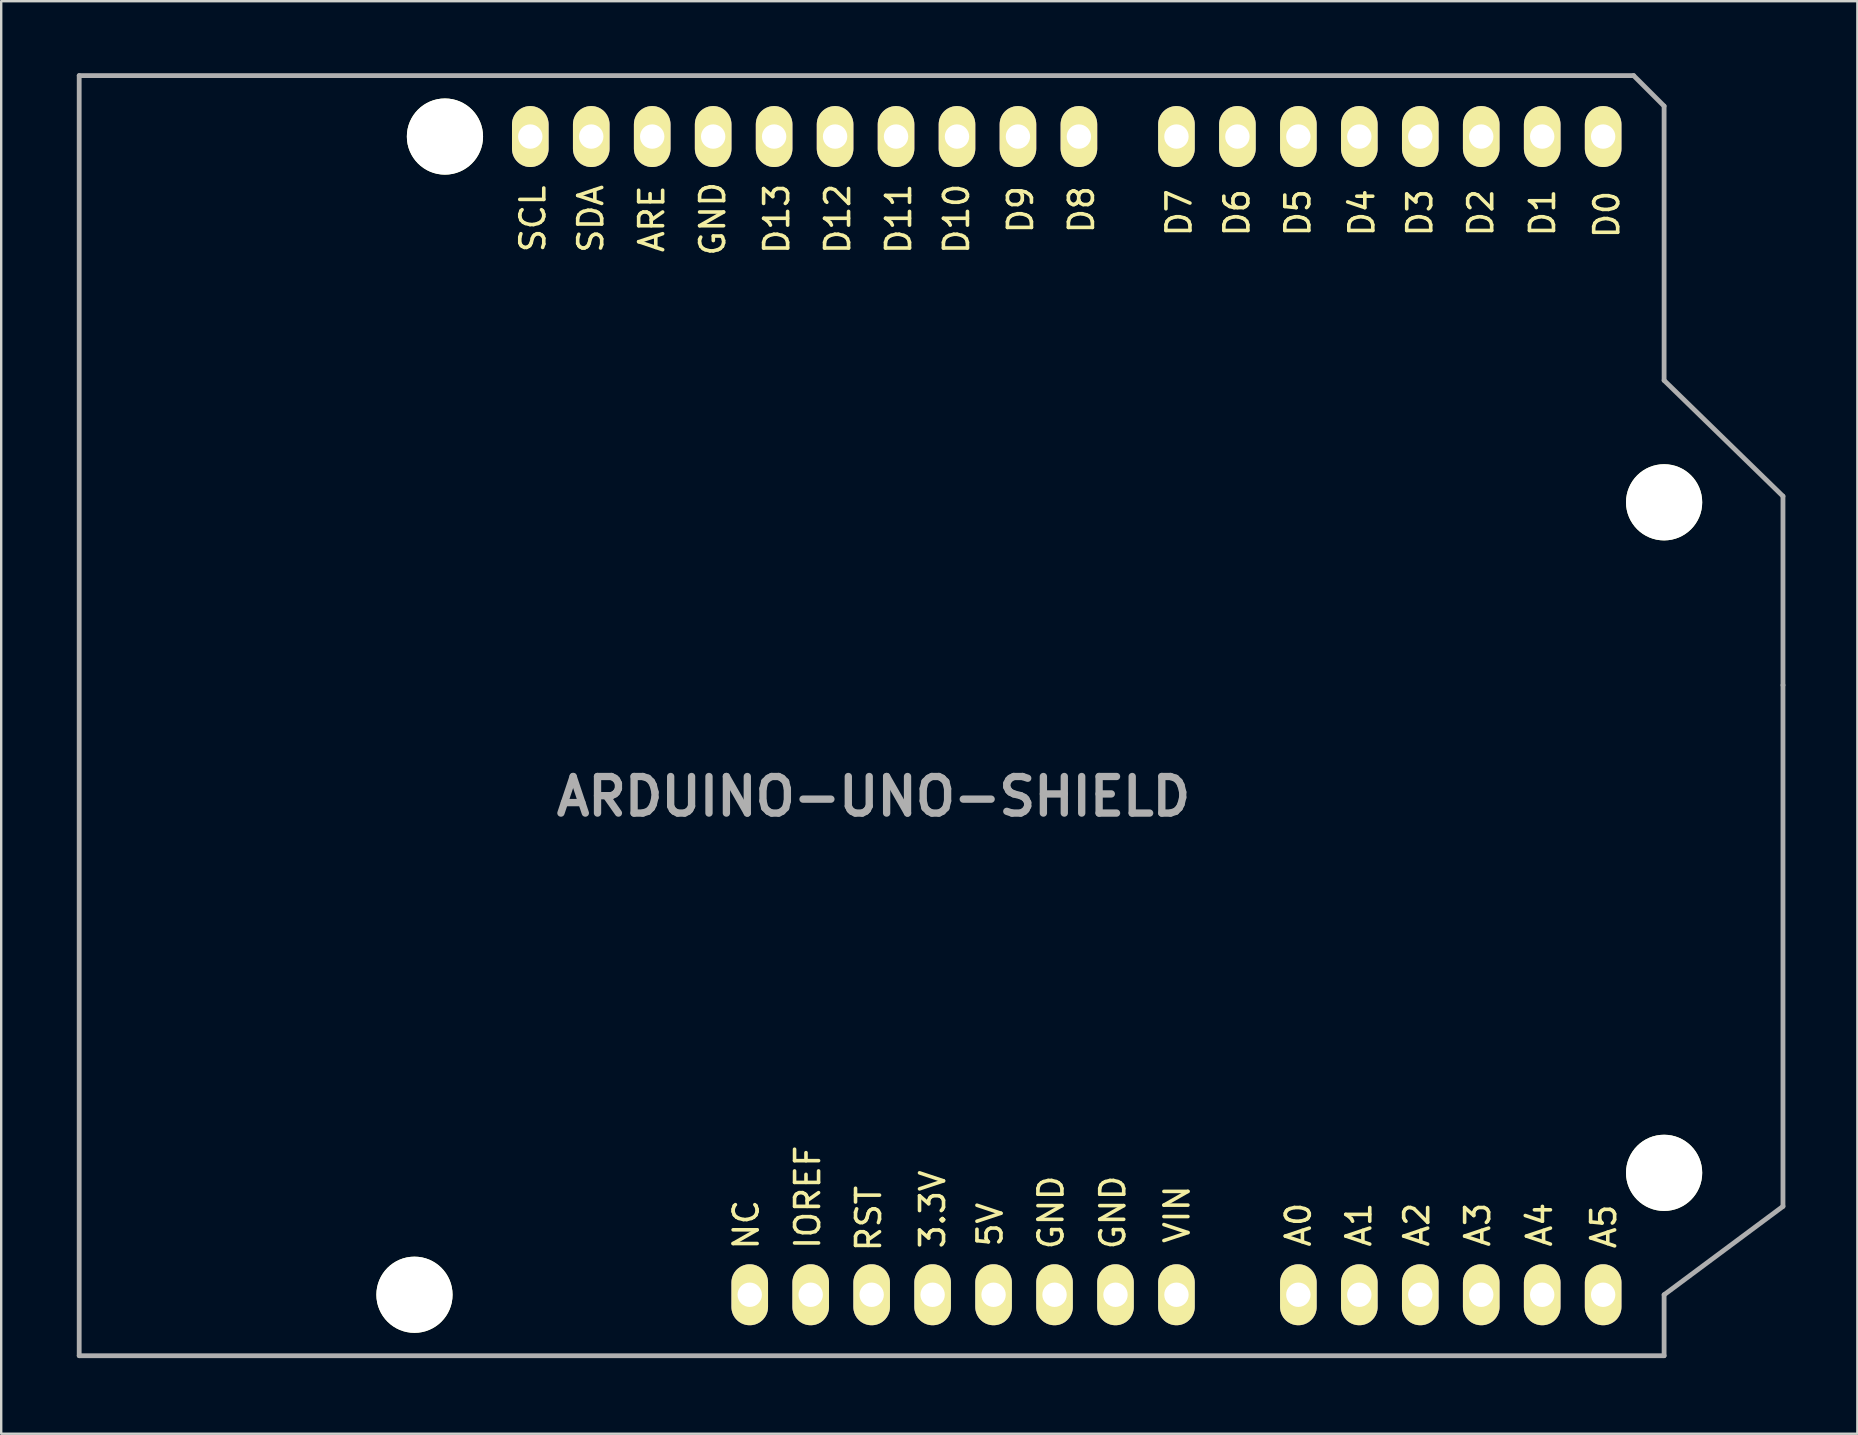
<source format=kicad_pcb>
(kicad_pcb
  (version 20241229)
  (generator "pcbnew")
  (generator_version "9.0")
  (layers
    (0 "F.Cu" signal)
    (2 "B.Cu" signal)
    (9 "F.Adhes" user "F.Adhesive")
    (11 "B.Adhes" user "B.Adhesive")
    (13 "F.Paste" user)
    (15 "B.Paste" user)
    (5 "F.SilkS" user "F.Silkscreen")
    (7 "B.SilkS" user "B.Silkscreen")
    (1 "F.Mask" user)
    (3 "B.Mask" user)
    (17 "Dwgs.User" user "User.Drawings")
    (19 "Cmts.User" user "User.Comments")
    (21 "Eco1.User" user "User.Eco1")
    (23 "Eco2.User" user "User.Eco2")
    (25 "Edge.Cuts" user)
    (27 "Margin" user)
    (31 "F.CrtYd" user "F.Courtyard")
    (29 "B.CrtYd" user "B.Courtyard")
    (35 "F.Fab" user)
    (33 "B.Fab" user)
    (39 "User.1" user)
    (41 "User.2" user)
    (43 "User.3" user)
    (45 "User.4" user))
  (footprint "ARDUINO-UNO-SHIELD"
    (layer "F.Cu")
    (at 0.25 53.44)
    (property "Reference" "ARDUINO-UNO-SHIELD" (at 33.1 -23.3 0) (layer "F.Fab") (effects (font (size 1.524 1.524) (thickness 0.305))))
    (attr through_hole)
    (fp_line (start 0 0) (end 0 -53.34) (stroke (width 0.2) (type solid)) (layer "F.Fab"))
    (fp_line (start 0 0) (end 66.04 0) (stroke (width 0.2) (type solid)) (layer "F.Fab"))
    (fp_line (start 64.77 -53.34) (end 0 -53.34) (stroke (width 0.2) (type solid)) (layer "F.Fab"))
    (fp_line (start 66.04 -52.07) (end 64.77 -53.34) (stroke (width 0.2) (type solid)) (layer "F.Fab"))
    (fp_line (start 66.04 -40.64) (end 66.04 -52.07) (stroke (width 0.2) (type solid)) (layer "F.Fab"))
    (fp_line (start 66.04 -40.64) (end 70.993 -35.814) (stroke (width 0.2) (type solid)) (layer "F.Fab"))
    (fp_line (start 66.04 -2.54) (end 66.04 0) (stroke (width 0.2) (type solid)) (layer "F.Fab"))
    (fp_line (start 66.04 -2.54) (end 70.993 -6.223) (stroke (width 0.2) (type solid)) (layer "F.Fab"))
    (fp_line (start 70.993 -35.814) (end 70.993 -27.94) (stroke (width 0.2) (type solid)) (layer "F.Fab"))
    (fp_line (start 70.993 -27.94) (end 70.993 -6.223) (stroke (width 0.2) (type solid)) (layer "F.Fab"))
    (fp_text user "A1" (at 53.32 -5.461 90) (layer "F.SilkS") (effects (font (size 1 1) (thickness 0.15))))
    (fp_text user "GND" (at 26.396 -47.371 90) (layer "F.SilkS") (effects (font (size 1 1) (thickness 0.15))))
    (fp_text user "GND" (at 43.068 -5.969 90) (layer "F.SilkS") (effects (font (size 1 1) (thickness 0.15))))
    (fp_text user "A3" (at 58.273 -5.461 90) (layer "F.SilkS") (effects (font (size 1 1) (thickness 0.15))))
    (fp_text user "3.3V" (at 35.56 -6.096 90) (layer "F.SilkS") (effects (font (size 1 1) (thickness 0.15))))
    (fp_text user "IOREF" (at 30.353 -6.604 90) (layer "F.SilkS") (effects (font (size 1 1) (thickness 0.15))))
    (fp_text user "D11" (at 34.143 -47.371 90) (layer "F.SilkS") (effects (font (size 1 1) (thickness 0.15))))
    (fp_text user "D9" (at 39.223 -47.752 90) (layer "F.SilkS") (effects (font (size 1 1) (thickness 0.15))))
    (fp_text user "D3" (at 55.86 -47.625 90) (layer "F.SilkS") (effects (font (size 1 1) (thickness 0.15))))
    (fp_text user "D12" (at 31.603 -47.371 90) (layer "F.SilkS") (effects (font (size 1 1) (thickness 0.15))))
    (fp_text user "A2" (at 55.733 -5.461 90) (layer "F.SilkS") (effects (font (size 1 1) (thickness 0.15))))
    (fp_text user "NC" (at 27.793 -5.461 90) (layer "F.SilkS") (effects (font (size 1 1) (thickness 0.15))))
    (fp_text user "D7" (at 45.827 -47.625 90) (layer "F.SilkS") (effects (font (size 1 1) (thickness 0.15))))
    (fp_text user "SDA" (at 21.316 -47.371 90) (layer "F.SilkS") (effects (font (size 1 1) (thickness 0.15))))
    (fp_text user "VIN" (at 45.743 -5.894 90) (layer "F.SilkS") (effects (font (size 1 1) (thickness 0.15))))
    (fp_text user "D2" (at 58.4 -47.625 90) (layer "F.SilkS") (effects (font (size 1 1) (thickness 0.15))))
    (fp_text user "D0" (at 63.65 -47.55 90) (layer "F.SilkS") (effects (font (size 1 1) (thickness 0.15))))
    (fp_text user "A5" (at 63.523 -5.386 90) (layer "F.SilkS") (effects (font (size 1 1) (thickness 0.15))))
    (fp_text user "RST" (at 32.893 -5.715 90) (layer "F.SilkS") (effects (font (size 1 1) (thickness 0.15))))
    (fp_text user "A4" (at 60.848 -5.461 90) (layer "F.SilkS") (effects (font (size 1 1) (thickness 0.15))))
    (fp_text user "A0" (at 50.8 -5.461 90) (layer "F.SilkS") (effects (font (size 1 1) (thickness 0.15))))
    (fp_text user "ARE" (at 23.856 -47.371 90) (layer "F.SilkS") (effects (font (size 1 1) (thickness 0.15))))
    (fp_text user "5V" (at 37.953 -5.461 90) (layer "F.SilkS") (effects (font (size 1 1) (thickness 0.15))))
    (fp_text user "D10" (at 36.556 -47.371 90) (layer "F.SilkS") (effects (font (size 1 1) (thickness 0.15))))
    (fp_text user "SCL" (at 18.903 -47.371 90) (layer "F.SilkS") (effects (font (size 1 1) (thickness 0.15))))
    (fp_text user "GND" (at 40.493 -5.969 90) (layer "F.SilkS") (effects (font (size 1 1) (thickness 0.15))))
    (fp_text user "D6" (at 48.24 -47.625 90) (layer "F.SilkS") (effects (font (size 1 1) (thickness 0.15))))
    (fp_text user "D4" (at 53.447 -47.625 90) (layer "F.SilkS") (effects (font (size 1 1) (thickness 0.15))))
    (fp_text user "D5" (at 50.78 -47.625 90) (layer "F.SilkS") (effects (font (size 1 1) (thickness 0.15))))
    (fp_text user "D8" (at 41.763 -47.752 90) (layer "F.SilkS") (effects (font (size 1 1) (thickness 0.15))))
    (fp_text user "D1" (at 60.975 -47.625 90) (layer "F.SilkS") (effects (font (size 1 1) (thickness 0.15))))
    (fp_text user "D13" (at 29.063 -47.371 90) (layer "F.SilkS") (effects (font (size 1 1) (thickness 0.15))))
    (pad "" np_thru_hole circle (at 13.97 -2.54 90) (size 3.175 3.175) (drill 3.175) (layers "*.Cu" "*.Mask" "F.SilkS"))
    (pad "" np_thru_hole circle (at 15.24 -50.8 90) (size 3.175 3.175) (drill 3.175) (layers "*.Cu" "*.Mask" "F.SilkS"))
    (pad "" np_thru_hole circle (at 66.04 -35.56 90) (size 3.175 3.175) (drill 3.175) (layers "*.Cu" "*.Mask" "F.SilkS"))
    (pad "" np_thru_hole circle (at 66.04 -7.62 90) (size 3.175 3.175) (drill 3.175) (layers "*.Cu" "*.Mask" "F.SilkS"))
    (pad "3V3" thru_hole oval (at 35.56 -2.54 90) (size 2.54 1.524) (drill 1.016) (layers "*.Cu" "*.Mask" "F.SilkS"))
    (pad "5V" thru_hole oval (at 38.1 -2.54 90) (size 2.54 1.524) (drill 1.016) (layers "*.Cu" "*.Mask" "F.SilkS"))
    (pad "A0" thru_hole oval (at 50.8 -2.54 90) (size 2.54 1.524) (drill 1.016) (layers "*.Cu" "*.Mask" "F.SilkS"))
    (pad "A1" thru_hole oval (at 53.34 -2.54 90) (size 2.54 1.524) (drill 1.016) (layers "*.Cu" "*.Mask" "F.SilkS"))
    (pad "A2" thru_hole oval (at 55.88 -2.54 90) (size 2.54 1.524) (drill 1.016) (layers "*.Cu" "*.Mask" "F.SilkS"))
    (pad "A3" thru_hole oval (at 58.42 -2.54 90) (size 2.54 1.524) (drill 1.016) (layers "*.Cu" "*.Mask" "F.SilkS"))
    (pad "A4" thru_hole oval (at 60.96 -2.54 90) (size 2.54 1.524) (drill 1.016) (layers "*.Cu" "*.Mask" "F.SilkS"))
    (pad "A5" thru_hole oval (at 63.5 -2.54 90) (size 2.54 1.524) (drill 1.016) (layers "*.Cu" "*.Mask" "F.SilkS"))
    (pad "AREF" thru_hole oval (at 23.876 -50.8 90) (size 2.54 1.524) (drill 1.016) (layers "*.Cu" "*.Mask" "F.SilkS"))
    (pad "D0" thru_hole oval (at 63.5 -50.8 90) (size 2.54 1.524) (drill 1.016) (layers "*.Cu" "*.Mask" "F.SilkS"))
    (pad "D1" thru_hole oval (at 60.96 -50.8 90) (size 2.54 1.524) (drill 1.016) (layers "*.Cu" "*.Mask" "F.SilkS"))
    (pad "D2" thru_hole oval (at 58.42 -50.8 90) (size 2.54 1.524) (drill 1.016) (layers "*.Cu" "*.Mask" "F.SilkS"))
    (pad "D3" thru_hole oval (at 55.88 -50.8 90) (size 2.54 1.524) (drill 1.016) (layers "*.Cu" "*.Mask" "F.SilkS"))
    (pad "D4" thru_hole oval (at 53.34 -50.8 90) (size 2.54 1.524) (drill 1.016) (layers "*.Cu" "*.Mask" "F.SilkS"))
    (pad "D5" thru_hole oval (at 50.8 -50.8 90) (size 2.54 1.524) (drill 1.016) (layers "*.Cu" "*.Mask" "F.SilkS"))
    (pad "D6" thru_hole oval (at 48.26 -50.8 90) (size 2.54 1.524) (drill 1.016) (layers "*.Cu" "*.Mask" "F.SilkS"))
    (pad "D7" thru_hole oval (at 45.72 -50.8 90) (size 2.54 1.524) (drill 1.016) (layers "*.Cu" "*.Mask" "F.SilkS"))
    (pad "D8" thru_hole oval (at 41.656 -50.8 90) (size 2.54 1.524) (drill 1.016) (layers "*.Cu" "*.Mask" "F.SilkS"))
    (pad "D9" thru_hole oval (at 39.116 -50.8 90) (size 2.54 1.524) (drill 1.016) (layers "*.Cu" "*.Mask" "F.SilkS"))
    (pad "D10" thru_hole oval (at 36.576 -50.8 90) (size 2.54 1.524) (drill 1.016) (layers "*.Cu" "*.Mask" "F.SilkS"))
    (pad "D11" thru_hole oval (at 34.036 -50.8 90) (size 2.54 1.524) (drill 1.016) (layers "*.Cu" "*.Mask" "F.SilkS"))
    (pad "D12" thru_hole oval (at 31.496 -50.8 90) (size 2.54 1.524) (drill 1.016) (layers "*.Cu" "*.Mask" "F.SilkS"))
    (pad "D13" thru_hole oval (at 28.956 -50.8 90) (size 2.54 1.524) (drill 1.016) (layers "*.Cu" "*.Mask" "F.SilkS"))
    (pad "GND1" thru_hole oval (at 40.64 -2.54 90) (size 2.54 1.524) (drill 1.016) (layers "*.Cu" "*.Mask" "F.SilkS"))
    (pad "GND2" thru_hole oval (at 43.18 -2.54 90) (size 2.54 1.524) (drill 1.016) (layers "*.Cu" "*.Mask" "F.SilkS"))
    (pad "GND3" thru_hole oval (at 26.416 -50.8 90) (size 2.54 1.524) (drill 1.016) (layers "*.Cu" "*.Mask" "F.SilkS"))
    (pad "IO" thru_hole oval (at 30.48 -2.54 90) (size 2.54 1.524) (drill 1.016) (layers "*.Cu" "*.Mask" "F.SilkS"))
    (pad "NC" thru_hole oval (at 27.94 -2.54 90) (size 2.54 1.524) (drill 1.016) (layers "*.Cu" "*.Mask" "F.SilkS"))
    (pad "RST" thru_hole oval (at 33.02 -2.54 90) (size 2.54 1.524) (drill 1.016) (layers "*.Cu" "*.Mask" "F.SilkS"))
    (pad "SCL" thru_hole oval (at 18.796 -50.8 90) (size 2.54 1.524) (drill 1.016) (layers "*.Cu" "*.Mask" "F.SilkS"))
    (pad "SDA" thru_hole oval (at 21.336 -50.8 90) (size 2.54 1.524) (drill 1.016) (layers "*.Cu" "*.Mask" "F.SilkS"))
    (pad "VIN" thru_hole oval (at 45.72 -2.54 90) (size 2.54 1.524) (drill 1.016) (layers "*.Cu" "*.Mask" "F.SilkS")))
  (gr_rect
    (start -3 -3)
    (end 74.343 56.69)
    (stroke (width 0.1) (type default))
    (fill no)
    (layer "Edge.Cuts")))
</source>
